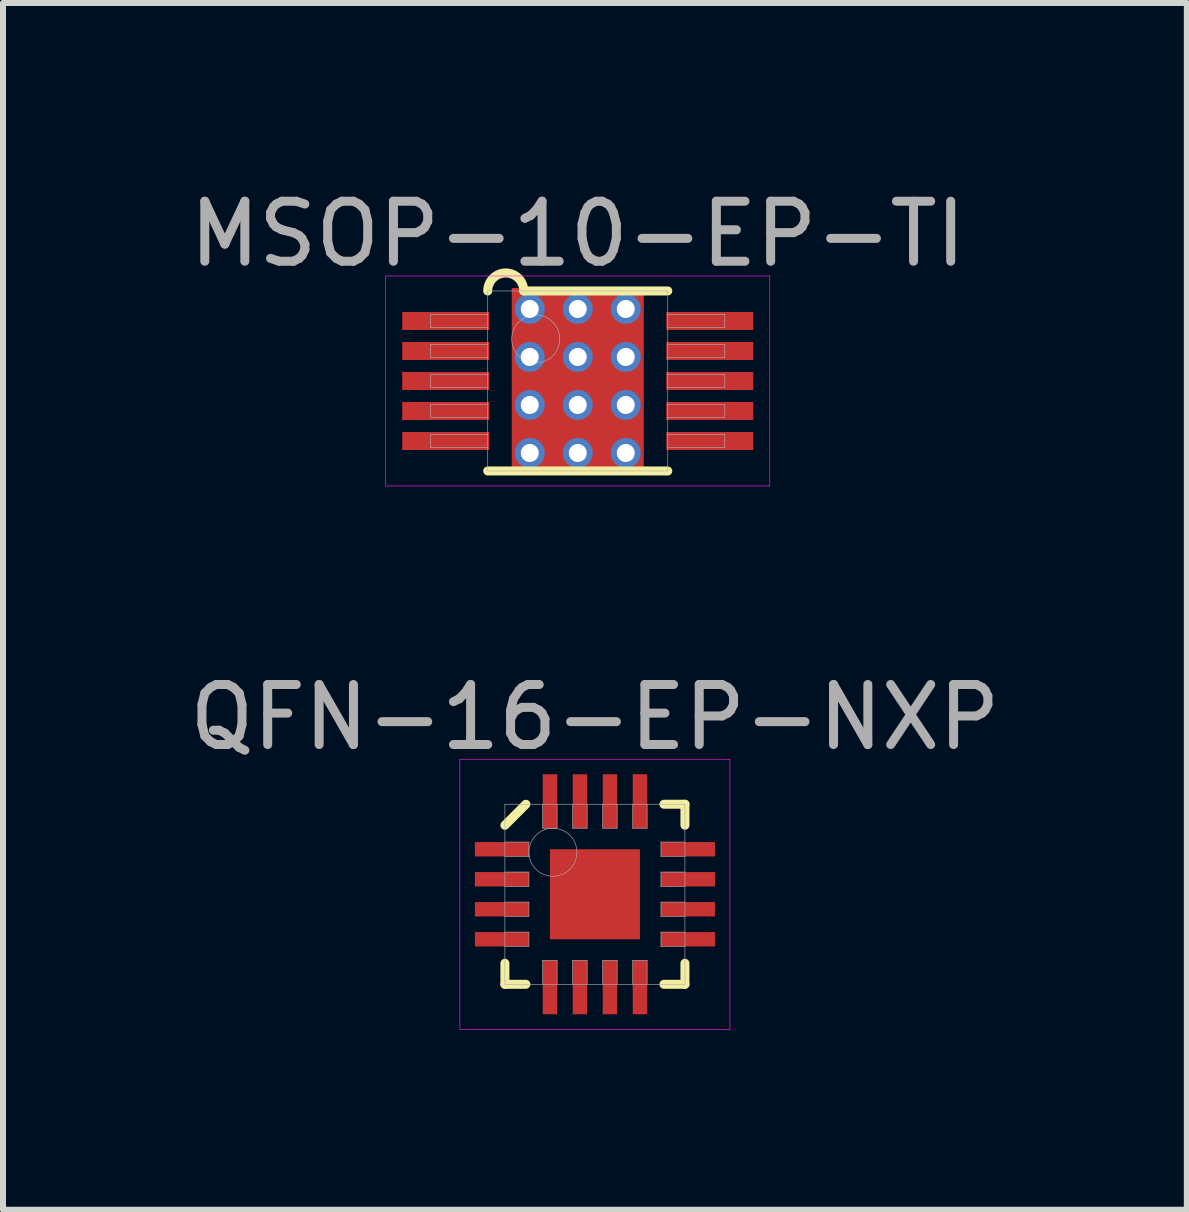
<source format=kicad_pcb>
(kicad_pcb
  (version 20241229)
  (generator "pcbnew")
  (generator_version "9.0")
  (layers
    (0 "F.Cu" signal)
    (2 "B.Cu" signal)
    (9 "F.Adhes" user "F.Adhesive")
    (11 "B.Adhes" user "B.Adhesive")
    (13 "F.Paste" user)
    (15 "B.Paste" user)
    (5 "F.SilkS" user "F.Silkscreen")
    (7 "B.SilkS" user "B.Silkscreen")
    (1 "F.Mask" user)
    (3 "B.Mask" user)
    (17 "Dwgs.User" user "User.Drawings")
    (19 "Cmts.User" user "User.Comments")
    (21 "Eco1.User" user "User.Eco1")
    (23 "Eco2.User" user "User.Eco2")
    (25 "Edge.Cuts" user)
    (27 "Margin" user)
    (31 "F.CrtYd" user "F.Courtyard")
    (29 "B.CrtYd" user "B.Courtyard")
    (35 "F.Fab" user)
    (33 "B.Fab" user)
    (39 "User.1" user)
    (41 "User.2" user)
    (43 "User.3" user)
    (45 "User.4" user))
  (footprint "MSOP-10-EP-TI"
    (layer "F.Cu")
    (at 6.577 3.298)
    (property "Reference" "MSOP-10-EP-TI" (at 0 -2.45 0) (layer "F.Fab") (effects (font (size 1 1) (thickness 0.15))))
    (attr through_hole)
    (fp_line (start -1.5 1.5) (end 1.5 1.5) (stroke (width 0.15) (type solid)) (layer "F.SilkS"))
    (fp_line (start -0.9 -1.5) (end 1.5 -1.5) (stroke (width 0.15) (type solid)) (layer "F.SilkS"))
    (fp_arc (start -1.5 -1.5) (mid -1.2 -1.8) (end -0.9 -1.5) (stroke (width 0.15) (type solid)) (layer "F.SilkS"))
    (fp_line (start -3.2 -1.75) (end 3.2 -1.75) (stroke (width 0.01) (type solid)) (layer "F.CrtYd"))
    (fp_line (start -3.2 1.75) (end -3.2 -1.75) (stroke (width 0.01) (type solid)) (layer "F.CrtYd"))
    (fp_line (start 3.2 -1.75) (end 3.2 1.75) (stroke (width 0.01) (type solid)) (layer "F.CrtYd"))
    (fp_line (start 3.2 1.75) (end -3.2 1.75) (stroke (width 0.01) (type solid)) (layer "F.CrtYd"))
    (fp_line (start -2.45 -1.11) (end -1.5 -1.11) (stroke (width 0.01) (type solid)) (layer "F.Fab"))
    (fp_line (start -2.45 -0.89) (end -2.45 -1.11) (stroke (width 0.01) (type solid)) (layer "F.Fab"))
    (fp_line (start -2.45 -0.61) (end -1.5 -0.61) (stroke (width 0.01) (type solid)) (layer "F.Fab"))
    (fp_line (start -2.45 -0.39) (end -2.45 -0.61) (stroke (width 0.01) (type solid)) (layer "F.Fab"))
    (fp_line (start -2.45 -0.11) (end -1.5 -0.11) (stroke (width 0.01) (type solid)) (layer "F.Fab"))
    (fp_line (start -2.45 0.11) (end -2.45 -0.11) (stroke (width 0.01) (type solid)) (layer "F.Fab"))
    (fp_line (start -2.45 0.39) (end -1.5 0.39) (stroke (width 0.01) (type solid)) (layer "F.Fab"))
    (fp_line (start -2.45 0.61) (end -2.45 0.39) (stroke (width 0.01) (type solid)) (layer "F.Fab"))
    (fp_line (start -2.45 0.89) (end -1.5 0.89) (stroke (width 0.01) (type solid)) (layer "F.Fab"))
    (fp_line (start -2.45 1.11) (end -2.45 0.89) (stroke (width 0.01) (type solid)) (layer "F.Fab"))
    (fp_line (start -1.5 -1.5) (end 1.5 -1.5) (stroke (width 0.01) (type solid)) (layer "F.Fab"))
    (fp_line (start -1.5 -0.89) (end -2.45 -0.89) (stroke (width 0.01) (type solid)) (layer "F.Fab"))
    (fp_line (start -1.5 -0.39) (end -2.45 -0.39) (stroke (width 0.01) (type solid)) (layer "F.Fab"))
    (fp_line (start -1.5 0.11) (end -2.45 0.11) (stroke (width 0.01) (type solid)) (layer "F.Fab"))
    (fp_line (start -1.5 0.61) (end -2.45 0.61) (stroke (width 0.01) (type solid)) (layer "F.Fab"))
    (fp_line (start -1.5 1.11) (end -2.45 1.11) (stroke (width 0.01) (type solid)) (layer "F.Fab"))
    (fp_line (start -1.5 1.5) (end -1.5 -1.5) (stroke (width 0.01) (type solid)) (layer "F.Fab"))
    (fp_line (start 1.5 -1.5) (end 1.5 1.5) (stroke (width 0.01) (type solid)) (layer "F.Fab"))
    (fp_line (start 1.5 -1.11) (end 2.45 -1.11) (stroke (width 0.01) (type solid)) (layer "F.Fab"))
    (fp_line (start 1.5 -0.61) (end 2.45 -0.61) (stroke (width 0.01) (type solid)) (layer "F.Fab"))
    (fp_line (start 1.5 -0.11) (end 2.45 -0.11) (stroke (width 0.01) (type solid)) (layer "F.Fab"))
    (fp_line (start 1.5 0.39) (end 2.45 0.39) (stroke (width 0.01) (type solid)) (layer "F.Fab"))
    (fp_line (start 1.5 0.89) (end 2.45 0.89) (stroke (width 0.01) (type solid)) (layer "F.Fab"))
    (fp_line (start 1.5 1.5) (end -1.5 1.5) (stroke (width 0.01) (type solid)) (layer "F.Fab"))
    (fp_line (start 2.45 -1.11) (end 2.45 -0.89) (stroke (width 0.01) (type solid)) (layer "F.Fab"))
    (fp_line (start 2.45 -0.89) (end 1.5 -0.89) (stroke (width 0.01) (type solid)) (layer "F.Fab"))
    (fp_line (start 2.45 -0.61) (end 2.45 -0.39) (stroke (width 0.01) (type solid)) (layer "F.Fab"))
    (fp_line (start 2.45 -0.39) (end 1.5 -0.39) (stroke (width 0.01) (type solid)) (layer "F.Fab"))
    (fp_line (start 2.45 -0.11) (end 2.45 0.11) (stroke (width 0.01) (type solid)) (layer "F.Fab"))
    (fp_line (start 2.45 0.11) (end 1.5 0.11) (stroke (width 0.01) (type solid)) (layer "F.Fab"))
    (fp_line (start 2.45 0.39) (end 2.45 0.61) (stroke (width 0.01) (type solid)) (layer "F.Fab"))
    (fp_line (start 2.45 0.61) (end 1.5 0.61) (stroke (width 0.01) (type solid)) (layer "F.Fab"))
    (fp_line (start 2.45 0.89) (end 2.45 1.11) (stroke (width 0.01) (type solid)) (layer "F.Fab"))
    (fp_line (start 2.45 1.11) (end 1.5 1.11) (stroke (width 0.01) (type solid)) (layer "F.Fab"))
    (fp_circle (center -0.7 -0.7) (end -0.7 -0.3) (stroke (width 0.01) (type solid)) (fill no) (layer "F.Fab"))
    (pad "" smd rect (at 0 0) (size 1.83 1.89) (layers "F.Mask"))
    (pad "" smd rect (at 0 0) (size 1.83 1.89) (layers "F.Paste"))
    (pad "1" smd rect (at -2.2 -1) (size 1.45 0.3) (layers "F.Cu" "F.Mask" "F.Paste"))
    (pad "2" smd rect (at -2.2 -0.5) (size 1.45 0.3) (layers "F.Cu" "F.Mask" "F.Paste"))
    (pad "3" smd rect (at -2.2 0) (size 1.45 0.3) (layers "F.Cu" "F.Mask" "F.Paste"))
    (pad "4" smd rect (at -2.2 0.5) (size 1.45 0.3) (layers "F.Cu" "F.Mask" "F.Paste"))
    (pad "5" smd rect (at -2.2 1) (size 1.45 0.3) (layers "F.Cu" "F.Mask" "F.Paste"))
    (pad "6" smd rect (at 2.2 1) (size 1.45 0.3) (layers "F.Cu" "F.Mask" "F.Paste"))
    (pad "7" smd rect (at 2.2 0.5) (size 1.45 0.3) (layers "F.Cu" "F.Mask" "F.Paste"))
    (pad "8" smd rect (at 2.2 0) (size 1.45 0.3) (layers "F.Cu" "F.Mask" "F.Paste"))
    (pad "9" smd rect (at 2.2 -0.5) (size 1.45 0.3) (layers "F.Cu" "F.Mask" "F.Paste"))
    (pad "10" smd rect (at 2.2 -1) (size 1.45 0.3) (layers "F.Cu" "F.Mask" "F.Paste"))
    (pad "EP" thru_hole circle (at -0.8 -1.2) (size 0.5 0.5) (drill 0.3) (layers "*.Cu"))
    (pad "EP" thru_hole circle (at -0.8 -0.4) (size 0.5 0.5) (drill 0.3) (layers "*.Cu"))
    (pad "EP" thru_hole circle (at -0.8 0.4) (size 0.5 0.5) (drill 0.3) (layers "*.Cu"))
    (pad "EP" thru_hole circle (at -0.8 1.2) (size 0.5 0.5) (drill 0.3) (layers "*.Cu"))
    (pad "EP" thru_hole circle (at 0 -1.2) (size 0.5 0.5) (drill 0.3) (layers "*.Cu"))
    (pad "EP" thru_hole circle (at 0 -0.4) (size 0.5 0.5) (drill 0.3) (layers "*.Cu"))
    (pad "EP" smd rect (at 0 0) (size 2.2 3.1) (layers "F.Cu"))
    (pad "EP" thru_hole circle (at 0 0.4) (size 0.5 0.5) (drill 0.3) (layers "*.Cu"))
    (pad "EP" thru_hole circle (at 0 1.2) (size 0.5 0.5) (drill 0.3) (layers "*.Cu"))
    (pad "EP" thru_hole circle (at 0.8 -1.2) (size 0.5 0.5) (drill 0.3) (layers "*.Cu"))
    (pad "EP" thru_hole circle (at 0.8 -0.4) (size 0.5 0.5) (drill 0.3) (layers "*.Cu"))
    (pad "EP" thru_hole circle (at 0.8 0.4) (size 0.5 0.5) (drill 0.3) (layers "*.Cu"))
    (pad "EP" thru_hole circle (at 0.8 1.2) (size 0.5 0.5) (drill 0.3) (layers "*.Cu")))
  (footprint "QFN-16-EP-NXP"
    (layer "F.Cu")
    (at 6.863 11.851)
    (property "Reference" "QFN-16-EP-NXP" (at 0 -2.95 0) (layer "F.Fab") (effects (font (size 1 1) (thickness 0.15))))
    (attr through_hole)
    (fp_line (start -1.5 -1.15) (end -1.15 -1.5) (stroke (width 0.15) (type solid)) (layer "F.SilkS"))
    (fp_line (start -1.5 1.5) (end -1.5 1.15) (stroke (width 0.15) (type solid)) (layer "F.SilkS"))
    (fp_line (start -1.15 1.5) (end -1.5 1.5) (stroke (width 0.15) (type solid)) (layer "F.SilkS"))
    (fp_line (start 1.15 -1.5) (end 1.5 -1.5) (stroke (width 0.15) (type solid)) (layer "F.SilkS"))
    (fp_line (start 1.15 1.5) (end 1.5 1.5) (stroke (width 0.15) (type solid)) (layer "F.SilkS"))
    (fp_line (start 1.5 -1.5) (end 1.5 -1.15) (stroke (width 0.15) (type solid)) (layer "F.SilkS"))
    (fp_line (start 1.5 1.5) (end 1.5 1.15) (stroke (width 0.15) (type solid)) (layer "F.SilkS"))
    (fp_line (start -2.25 -2.25) (end 2.25 -2.25) (stroke (width 0.01) (type solid)) (layer "F.CrtYd"))
    (fp_line (start -2.25 2.25) (end -2.25 -2.25) (stroke (width 0.01) (type solid)) (layer "F.CrtYd"))
    (fp_line (start 2.25 -2.25) (end 2.25 2.25) (stroke (width 0.01) (type solid)) (layer "F.CrtYd"))
    (fp_line (start 2.25 2.25) (end -2.25 2.25) (stroke (width 0.01) (type solid)) (layer "F.CrtYd"))
    (fp_line (start -1.5 -1.5) (end 1.5 -1.5) (stroke (width 0.01) (type solid)) (layer "F.Fab"))
    (fp_line (start -1.5 -0.63) (end -1.1 -0.63) (stroke (width 0.01) (type solid)) (layer "F.Fab"))
    (fp_line (start -1.5 -0.13) (end -1.1 -0.13) (stroke (width 0.01) (type solid)) (layer "F.Fab"))
    (fp_line (start -1.5 0.37) (end -1.1 0.37) (stroke (width 0.01) (type solid)) (layer "F.Fab"))
    (fp_line (start -1.5 0.87) (end -1.1 0.87) (stroke (width 0.01) (type solid)) (layer "F.Fab"))
    (fp_line (start -1.5 1.5) (end -1.5 -1.5) (stroke (width 0.01) (type solid)) (layer "F.Fab"))
    (fp_line (start -1.1 -0.87) (end -1.5 -0.87) (stroke (width 0.01) (type solid)) (layer "F.Fab"))
    (fp_line (start -1.1 -0.63) (end -1.1 -0.87) (stroke (width 0.01) (type solid)) (layer "F.Fab"))
    (fp_line (start -1.1 -0.37) (end -1.5 -0.37) (stroke (width 0.01) (type solid)) (layer "F.Fab"))
    (fp_line (start -1.1 -0.13) (end -1.1 -0.37) (stroke (width 0.01) (type solid)) (layer "F.Fab"))
    (fp_line (start -1.1 0.13) (end -1.5 0.13) (stroke (width 0.01) (type solid)) (layer "F.Fab"))
    (fp_line (start -1.1 0.37) (end -1.1 0.13) (stroke (width 0.01) (type solid)) (layer "F.Fab"))
    (fp_line (start -1.1 0.63) (end -1.5 0.63) (stroke (width 0.01) (type solid)) (layer "F.Fab"))
    (fp_line (start -1.1 0.87) (end -1.1 0.63) (stroke (width 0.01) (type solid)) (layer "F.Fab"))
    (fp_line (start -0.87 -1.5) (end -0.87 -1.1) (stroke (width 0.01) (type solid)) (layer "F.Fab"))
    (fp_line (start -0.87 -1.1) (end -0.63 -1.1) (stroke (width 0.01) (type solid)) (layer "F.Fab"))
    (fp_line (start -0.87 1.1) (end -0.87 1.5) (stroke (width 0.01) (type solid)) (layer "F.Fab"))
    (fp_line (start -0.63 -1.1) (end -0.63 -1.5) (stroke (width 0.01) (type solid)) (layer "F.Fab"))
    (fp_line (start -0.63 1.1) (end -0.87 1.1) (stroke (width 0.01) (type solid)) (layer "F.Fab"))
    (fp_line (start -0.63 1.5) (end -0.63 1.1) (stroke (width 0.01) (type solid)) (layer "F.Fab"))
    (fp_line (start -0.37 -1.5) (end -0.37 -1.1) (stroke (width 0.01) (type solid)) (layer "F.Fab"))
    (fp_line (start -0.37 -1.1) (end -0.13 -1.1) (stroke (width 0.01) (type solid)) (layer "F.Fab"))
    (fp_line (start -0.37 1.1) (end -0.37 1.5) (stroke (width 0.01) (type solid)) (layer "F.Fab"))
    (fp_line (start -0.13 -1.1) (end -0.13 -1.5) (stroke (width 0.01) (type solid)) (layer "F.Fab"))
    (fp_line (start -0.13 1.1) (end -0.37 1.1) (stroke (width 0.01) (type solid)) (layer "F.Fab"))
    (fp_line (start -0.13 1.5) (end -0.13 1.1) (stroke (width 0.01) (type solid)) (layer "F.Fab"))
    (fp_line (start 0.13 -1.5) (end 0.13 -1.1) (stroke (width 0.01) (type solid)) (layer "F.Fab"))
    (fp_line (start 0.13 -1.1) (end 0.37 -1.1) (stroke (width 0.01) (type solid)) (layer "F.Fab"))
    (fp_line (start 0.13 1.1) (end 0.13 1.5) (stroke (width 0.01) (type solid)) (layer "F.Fab"))
    (fp_line (start 0.37 -1.1) (end 0.37 -1.5) (stroke (width 0.01) (type solid)) (layer "F.Fab"))
    (fp_line (start 0.37 1.1) (end 0.13 1.1) (stroke (width 0.01) (type solid)) (layer "F.Fab"))
    (fp_line (start 0.37 1.5) (end 0.37 1.1) (stroke (width 0.01) (type solid)) (layer "F.Fab"))
    (fp_line (start 0.63 -1.5) (end 0.63 -1.1) (stroke (width 0.01) (type solid)) (layer "F.Fab"))
    (fp_line (start 0.63 -1.1) (end 0.87 -1.1) (stroke (width 0.01) (type solid)) (layer "F.Fab"))
    (fp_line (start 0.63 1.1) (end 0.63 1.5) (stroke (width 0.01) (type solid)) (layer "F.Fab"))
    (fp_line (start 0.87 -1.1) (end 0.87 -1.5) (stroke (width 0.01) (type solid)) (layer "F.Fab"))
    (fp_line (start 0.87 1.1) (end 0.63 1.1) (stroke (width 0.01) (type solid)) (layer "F.Fab"))
    (fp_line (start 0.87 1.5) (end 0.87 1.1) (stroke (width 0.01) (type solid)) (layer "F.Fab"))
    (fp_line (start 1.1 -0.87) (end 1.1 -0.63) (stroke (width 0.01) (type solid)) (layer "F.Fab"))
    (fp_line (start 1.1 -0.63) (end 1.5 -0.63) (stroke (width 0.01) (type solid)) (layer "F.Fab"))
    (fp_line (start 1.1 -0.37) (end 1.1 -0.13) (stroke (width 0.01) (type solid)) (layer "F.Fab"))
    (fp_line (start 1.1 -0.13) (end 1.5 -0.13) (stroke (width 0.01) (type solid)) (layer "F.Fab"))
    (fp_line (start 1.1 0.13) (end 1.1 0.37) (stroke (width 0.01) (type solid)) (layer "F.Fab"))
    (fp_line (start 1.1 0.37) (end 1.5 0.37) (stroke (width 0.01) (type solid)) (layer "F.Fab"))
    (fp_line (start 1.1 0.63) (end 1.1 0.87) (stroke (width 0.01) (type solid)) (layer "F.Fab"))
    (fp_line (start 1.1 0.87) (end 1.5 0.87) (stroke (width 0.01) (type solid)) (layer "F.Fab"))
    (fp_line (start 1.5 -1.5) (end 1.5 1.5) (stroke (width 0.01) (type solid)) (layer "F.Fab"))
    (fp_line (start 1.5 -0.87) (end 1.1 -0.87) (stroke (width 0.01) (type solid)) (layer "F.Fab"))
    (fp_line (start 1.5 -0.37) (end 1.1 -0.37) (stroke (width 0.01) (type solid)) (layer "F.Fab"))
    (fp_line (start 1.5 0.13) (end 1.1 0.13) (stroke (width 0.01) (type solid)) (layer "F.Fab"))
    (fp_line (start 1.5 0.63) (end 1.1 0.63) (stroke (width 0.01) (type solid)) (layer "F.Fab"))
    (fp_line (start 1.5 1.5) (end -1.5 1.5) (stroke (width 0.01) (type solid)) (layer "F.Fab"))
    (fp_circle (center -0.7 -0.7) (end -0.7 -0.3) (stroke (width 0.01) (type solid)) (fill no) (layer "F.Fab"))
    (pad "" smd rect (at -0.305 -0.305) (size 0.3 0.3) (layers "F.Paste"))
    (pad "" smd rect (at -0.305 0.305) (size 0.3 0.3) (layers "F.Paste"))
    (pad "" smd rect (at 0.305 -0.305) (size 0.3 0.3) (layers "F.Paste"))
    (pad "" smd rect (at 0.305 0.305) (size 0.3 0.3) (layers "F.Paste"))
    (pad "1" smd rect (at -1.55 -0.75) (size 0.9 0.24) (layers "F.Cu" "F.Mask" "F.Paste"))
    (pad "2" smd rect (at -1.55 -0.25) (size 0.9 0.24) (layers "F.Cu" "F.Mask" "F.Paste"))
    (pad "3" smd rect (at -1.55 0.25) (size 0.9 0.24) (layers "F.Cu" "F.Mask" "F.Paste"))
    (pad "4" smd rect (at -1.55 0.75) (size 0.9 0.24) (layers "F.Cu" "F.Mask" "F.Paste"))
    (pad "5" smd rect (at -0.75 1.55) (size 0.24 0.9) (layers "F.Cu" "F.Mask" "F.Paste"))
    (pad "6" smd rect (at -0.25 1.55) (size 0.24 0.9) (layers "F.Cu" "F.Mask" "F.Paste"))
    (pad "7" smd rect (at 0.25 1.55) (size 0.24 0.9) (layers "F.Cu" "F.Mask" "F.Paste"))
    (pad "8" smd rect (at 0.75 1.55) (size 0.24 0.9) (layers "F.Cu" "F.Mask" "F.Paste"))
    (pad "9" smd rect (at 1.55 0.75) (size 0.9 0.24) (layers "F.Cu" "F.Mask" "F.Paste"))
    (pad "10" smd rect (at 1.55 0.25) (size 0.9 0.24) (layers "F.Cu" "F.Mask" "F.Paste"))
    (pad "11" smd rect (at 1.55 -0.25) (size 0.9 0.24) (layers "F.Cu" "F.Mask" "F.Paste"))
    (pad "12" smd rect (at 1.55 -0.75) (size 0.9 0.24) (layers "F.Cu" "F.Mask" "F.Paste"))
    (pad "13" smd rect (at 0.75 -1.55) (size 0.24 0.9) (layers "F.Cu" "F.Mask" "F.Paste"))
    (pad "14" smd rect (at 0.25 -1.55) (size 0.24 0.9) (layers "F.Cu" "F.Mask" "F.Paste"))
    (pad "15" smd rect (at -0.25 -1.55) (size 0.24 0.9) (layers "F.Cu" "F.Mask" "F.Paste"))
    (pad "16" smd rect (at -0.75 -1.55) (size 0.24 0.9) (layers "F.Cu" "F.Mask" "F.Paste"))
    (pad "EP" smd rect (at 0 0) (size 1.5 1.5) (layers "F.Cu" "F.Mask")))
  (gr_rect
    (start -3 -3)
    (end 16.726 17.107)
    (stroke (width 0.1) (type default))
    (fill no)
    (layer "Edge.Cuts")))
</source>
